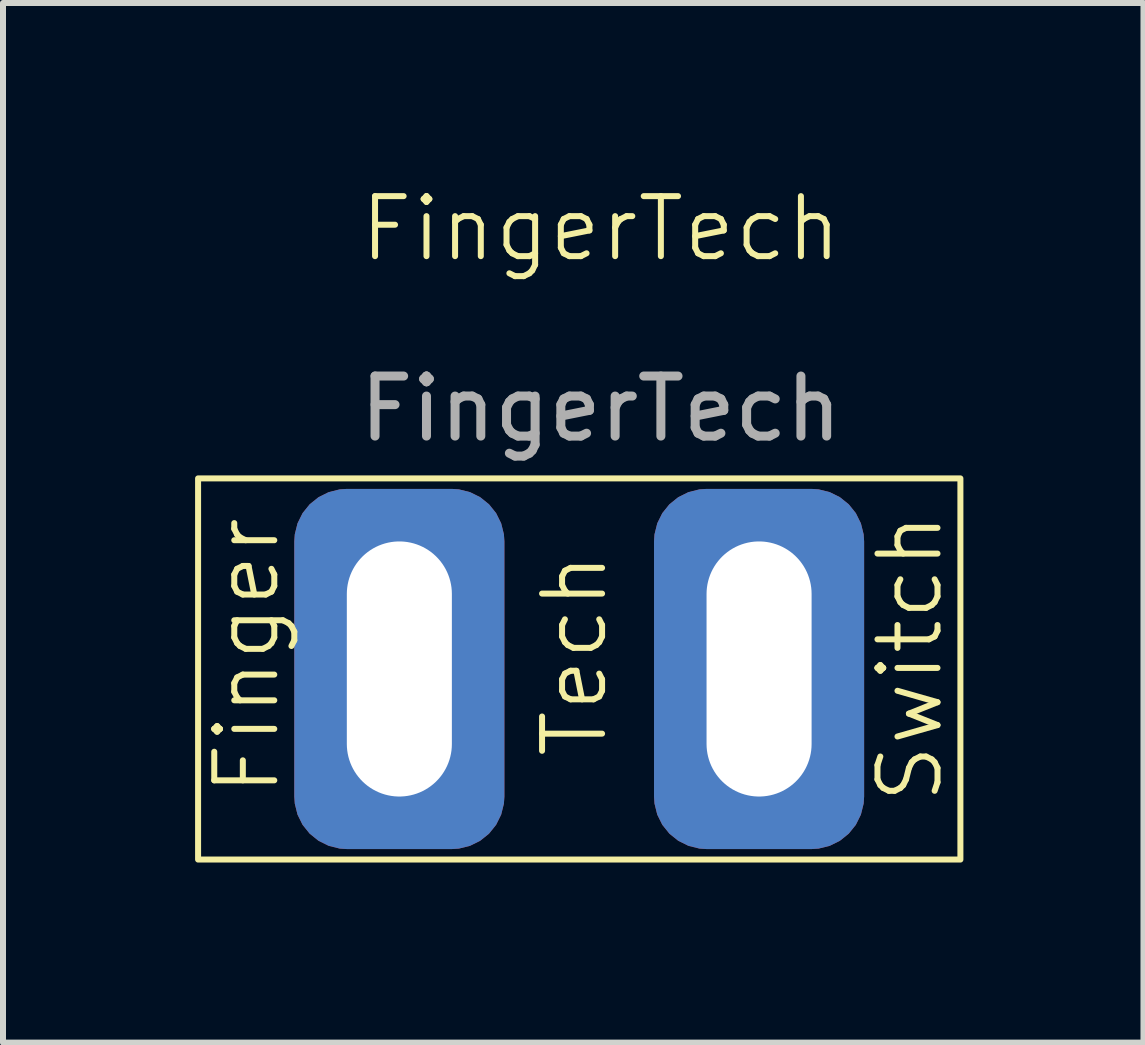
<source format=kicad_pcb>
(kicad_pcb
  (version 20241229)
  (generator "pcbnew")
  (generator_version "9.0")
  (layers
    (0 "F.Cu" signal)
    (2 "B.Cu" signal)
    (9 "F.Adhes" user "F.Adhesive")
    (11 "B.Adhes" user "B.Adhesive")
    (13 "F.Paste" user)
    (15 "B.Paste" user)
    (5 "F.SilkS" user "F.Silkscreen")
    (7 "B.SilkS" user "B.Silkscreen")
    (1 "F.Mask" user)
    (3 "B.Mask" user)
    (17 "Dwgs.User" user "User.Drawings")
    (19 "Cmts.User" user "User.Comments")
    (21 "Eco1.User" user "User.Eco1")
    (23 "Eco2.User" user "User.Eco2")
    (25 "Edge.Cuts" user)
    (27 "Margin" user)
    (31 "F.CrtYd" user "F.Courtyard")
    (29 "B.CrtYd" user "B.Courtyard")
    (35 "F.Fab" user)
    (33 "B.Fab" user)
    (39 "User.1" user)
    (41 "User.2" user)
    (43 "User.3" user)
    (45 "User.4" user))
  (footprint "FingerTech"
    (layer "F.Cu")
    (at 0.25 4.92)
    (property "Reference" "FingerTech" (at 6.71 -4.16 0) (unlocked yes) (layer "F.SilkS") (effects (font (size 1 1) (thickness 0.1))))
    (attr smd)
    (fp_rect (start 0 0) (end 12.7 6.35) (stroke (width 0.1) (type default)) (fill no) (layer "F.SilkS"))
    (fp_text user "Finger" (at 1.397 5.334 90) (unlocked yes) (layer "F.SilkS") (effects (font (size 1 1) (thickness 0.1)) (justify left bottom)))
    (fp_text user "Tech" (at 6.858 4.699 90) (unlocked yes) (layer "F.SilkS") (effects (font (size 1 1) (thickness 0.1)) (justify left bottom)))
    (fp_text user "Switch" (at 12.446 5.461 90) (unlocked yes) (layer "F.SilkS") (effects (font (size 1 1) (thickness 0.1)) (justify left bottom)))
    (fp_text user "${REFERENCE}" (at 6.71 -1.16 0) (unlocked yes) (layer "F.Fab") (effects (font (size 1 1) (thickness 0.15))))
    (pad "1" thru_hole roundrect (at 3.353 3.175 90) (size 6 3.5) (drill oval 4.25 1.75) (layers "*.Cu" "*.Mask") (roundrect_rratio 0.25))
    (pad "2" thru_hole roundrect (at 9.346 3.175 90) (size 6 3.5) (drill oval 4.25 1.75) (layers "*.Cu" "*.Mask") (roundrect_rratio 0.25)))
  (gr_rect
    (start -3 -3)
    (end 16 14.32)
    (stroke (width 0.1) (type default))
    (fill no)
    (layer "Edge.Cuts")))
</source>
